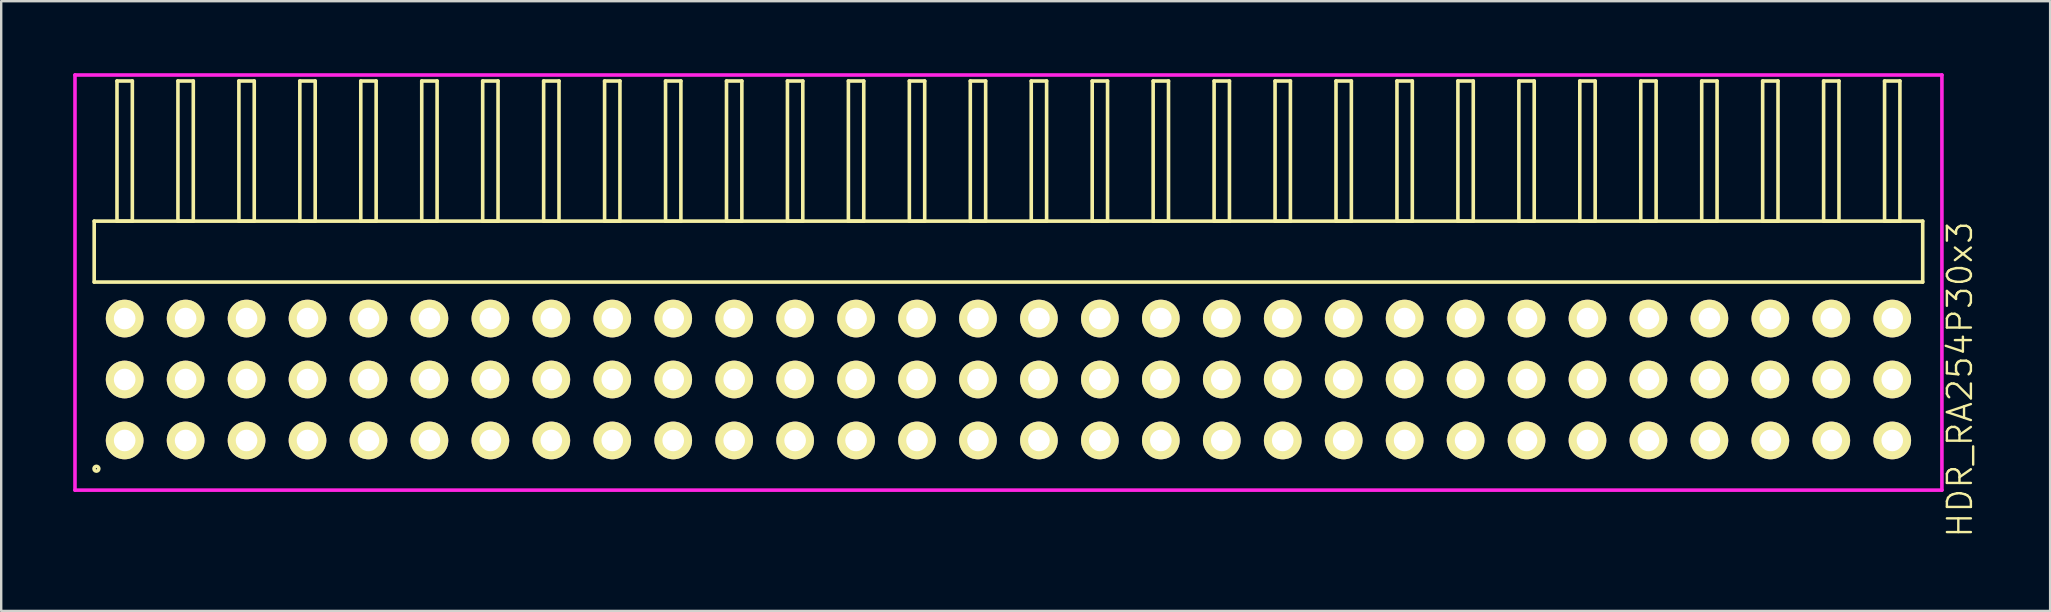
<source format=kicad_pcb>
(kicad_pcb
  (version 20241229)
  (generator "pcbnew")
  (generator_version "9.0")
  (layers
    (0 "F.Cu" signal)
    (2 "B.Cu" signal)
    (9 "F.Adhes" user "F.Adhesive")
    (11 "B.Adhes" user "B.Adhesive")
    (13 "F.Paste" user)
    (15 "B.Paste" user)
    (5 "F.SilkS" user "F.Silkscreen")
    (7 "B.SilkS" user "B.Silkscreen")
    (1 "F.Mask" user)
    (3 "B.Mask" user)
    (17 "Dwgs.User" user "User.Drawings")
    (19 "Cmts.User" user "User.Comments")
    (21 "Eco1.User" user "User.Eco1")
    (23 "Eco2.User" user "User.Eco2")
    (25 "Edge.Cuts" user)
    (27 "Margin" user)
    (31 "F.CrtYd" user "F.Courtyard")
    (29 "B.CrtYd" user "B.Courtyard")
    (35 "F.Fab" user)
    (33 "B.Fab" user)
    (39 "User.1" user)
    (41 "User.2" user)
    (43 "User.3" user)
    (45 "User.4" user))
  (footprint "HDR_RA254P30x3"
    (layer "F.Cu")
    (at 38.975 12.765)
    (property "Reference" "HDR_RA254P30x3" (at 39.65 0 90) (layer "F.SilkS") (effects (font (size 1 1) (thickness 0.1))))
    (attr through_hole)
    (fp_line (start -38.1 -6.6) (end -38.1 -4.06) (stroke (width 0.15) (type solid)) (layer "F.SilkS"))
    (fp_line (start -38.1 -4.06) (end 38.1 -4.06) (stroke (width 0.15) (type solid)) (layer "F.SilkS"))
    (fp_line (start -37.15 -12.44) (end -37.15 -6.6) (stroke (width 0.15) (type solid)) (layer "F.SilkS"))
    (fp_line (start -37.15 -6.6) (end -36.51 -6.6) (stroke (width 0.15) (type solid)) (layer "F.SilkS"))
    (fp_line (start -36.51 -12.44) (end -37.15 -12.44) (stroke (width 0.15) (type solid)) (layer "F.SilkS"))
    (fp_line (start -36.51 -6.6) (end -36.51 -12.44) (stroke (width 0.15) (type solid)) (layer "F.SilkS"))
    (fp_line (start -34.61 -12.44) (end -34.61 -6.6) (stroke (width 0.15) (type solid)) (layer "F.SilkS"))
    (fp_line (start -34.61 -6.6) (end -33.97 -6.6) (stroke (width 0.15) (type solid)) (layer "F.SilkS"))
    (fp_line (start -33.97 -12.44) (end -34.61 -12.44) (stroke (width 0.15) (type solid)) (layer "F.SilkS"))
    (fp_line (start -33.97 -6.6) (end -33.97 -12.44) (stroke (width 0.15) (type solid)) (layer "F.SilkS"))
    (fp_line (start -32.07 -12.44) (end -32.07 -6.6) (stroke (width 0.15) (type solid)) (layer "F.SilkS"))
    (fp_line (start -32.07 -6.6) (end -31.43 -6.6) (stroke (width 0.15) (type solid)) (layer "F.SilkS"))
    (fp_line (start -31.43 -12.44) (end -32.07 -12.44) (stroke (width 0.15) (type solid)) (layer "F.SilkS"))
    (fp_line (start -31.43 -6.6) (end -31.43 -12.44) (stroke (width 0.15) (type solid)) (layer "F.SilkS"))
    (fp_line (start -29.53 -12.44) (end -29.53 -6.6) (stroke (width 0.15) (type solid)) (layer "F.SilkS"))
    (fp_line (start -29.53 -6.6) (end -28.89 -6.6) (stroke (width 0.15) (type solid)) (layer "F.SilkS"))
    (fp_line (start -28.89 -12.44) (end -29.53 -12.44) (stroke (width 0.15) (type solid)) (layer "F.SilkS"))
    (fp_line (start -28.89 -6.6) (end -28.89 -12.44) (stroke (width 0.15) (type solid)) (layer "F.SilkS"))
    (fp_line (start -26.99 -12.44) (end -26.99 -6.6) (stroke (width 0.15) (type solid)) (layer "F.SilkS"))
    (fp_line (start -26.99 -6.6) (end -26.35 -6.6) (stroke (width 0.15) (type solid)) (layer "F.SilkS"))
    (fp_line (start -26.35 -12.44) (end -26.99 -12.44) (stroke (width 0.15) (type solid)) (layer "F.SilkS"))
    (fp_line (start -26.35 -6.6) (end -26.35 -12.44) (stroke (width 0.15) (type solid)) (layer "F.SilkS"))
    (fp_line (start -24.45 -12.44) (end -24.45 -6.6) (stroke (width 0.15) (type solid)) (layer "F.SilkS"))
    (fp_line (start -24.45 -6.6) (end -23.81 -6.6) (stroke (width 0.15) (type solid)) (layer "F.SilkS"))
    (fp_line (start -23.81 -12.44) (end -24.45 -12.44) (stroke (width 0.15) (type solid)) (layer "F.SilkS"))
    (fp_line (start -23.81 -6.6) (end -23.81 -12.44) (stroke (width 0.15) (type solid)) (layer "F.SilkS"))
    (fp_line (start -21.91 -12.44) (end -21.91 -6.6) (stroke (width 0.15) (type solid)) (layer "F.SilkS"))
    (fp_line (start -21.91 -6.6) (end -21.27 -6.6) (stroke (width 0.15) (type solid)) (layer "F.SilkS"))
    (fp_line (start -21.27 -12.44) (end -21.91 -12.44) (stroke (width 0.15) (type solid)) (layer "F.SilkS"))
    (fp_line (start -21.27 -6.6) (end -21.27 -12.44) (stroke (width 0.15) (type solid)) (layer "F.SilkS"))
    (fp_line (start -19.37 -12.44) (end -19.37 -6.6) (stroke (width 0.15) (type solid)) (layer "F.SilkS"))
    (fp_line (start -19.37 -6.6) (end -18.73 -6.6) (stroke (width 0.15) (type solid)) (layer "F.SilkS"))
    (fp_line (start -18.73 -12.44) (end -19.37 -12.44) (stroke (width 0.15) (type solid)) (layer "F.SilkS"))
    (fp_line (start -18.73 -6.6) (end -18.73 -12.44) (stroke (width 0.15) (type solid)) (layer "F.SilkS"))
    (fp_line (start -16.83 -12.44) (end -16.83 -6.6) (stroke (width 0.15) (type solid)) (layer "F.SilkS"))
    (fp_line (start -16.83 -6.6) (end -16.19 -6.6) (stroke (width 0.15) (type solid)) (layer "F.SilkS"))
    (fp_line (start -16.19 -12.44) (end -16.83 -12.44) (stroke (width 0.15) (type solid)) (layer "F.SilkS"))
    (fp_line (start -16.19 -6.6) (end -16.19 -12.44) (stroke (width 0.15) (type solid)) (layer "F.SilkS"))
    (fp_line (start -14.29 -12.44) (end -14.29 -6.6) (stroke (width 0.15) (type solid)) (layer "F.SilkS"))
    (fp_line (start -14.29 -6.6) (end -13.65 -6.6) (stroke (width 0.15) (type solid)) (layer "F.SilkS"))
    (fp_line (start -13.65 -12.44) (end -14.29 -12.44) (stroke (width 0.15) (type solid)) (layer "F.SilkS"))
    (fp_line (start -13.65 -6.6) (end -13.65 -12.44) (stroke (width 0.15) (type solid)) (layer "F.SilkS"))
    (fp_line (start -11.75 -12.44) (end -11.75 -6.6) (stroke (width 0.15) (type solid)) (layer "F.SilkS"))
    (fp_line (start -11.75 -6.6) (end -11.11 -6.6) (stroke (width 0.15) (type solid)) (layer "F.SilkS"))
    (fp_line (start -11.11 -12.44) (end -11.75 -12.44) (stroke (width 0.15) (type solid)) (layer "F.SilkS"))
    (fp_line (start -11.11 -6.6) (end -11.11 -12.44) (stroke (width 0.15) (type solid)) (layer "F.SilkS"))
    (fp_line (start -9.21 -12.44) (end -9.21 -6.6) (stroke (width 0.15) (type solid)) (layer "F.SilkS"))
    (fp_line (start -9.21 -6.6) (end -8.57 -6.6) (stroke (width 0.15) (type solid)) (layer "F.SilkS"))
    (fp_line (start -8.57 -12.44) (end -9.21 -12.44) (stroke (width 0.15) (type solid)) (layer "F.SilkS"))
    (fp_line (start -8.57 -6.6) (end -8.57 -12.44) (stroke (width 0.15) (type solid)) (layer "F.SilkS"))
    (fp_line (start -6.67 -12.44) (end -6.67 -6.6) (stroke (width 0.15) (type solid)) (layer "F.SilkS"))
    (fp_line (start -6.67 -6.6) (end -6.03 -6.6) (stroke (width 0.15) (type solid)) (layer "F.SilkS"))
    (fp_line (start -6.03 -12.44) (end -6.67 -12.44) (stroke (width 0.15) (type solid)) (layer "F.SilkS"))
    (fp_line (start -6.03 -6.6) (end -6.03 -12.44) (stroke (width 0.15) (type solid)) (layer "F.SilkS"))
    (fp_line (start -4.13 -12.44) (end -4.13 -6.6) (stroke (width 0.15) (type solid)) (layer "F.SilkS"))
    (fp_line (start -4.13 -6.6) (end -3.49 -6.6) (stroke (width 0.15) (type solid)) (layer "F.SilkS"))
    (fp_line (start -3.49 -12.44) (end -4.13 -12.44) (stroke (width 0.15) (type solid)) (layer "F.SilkS"))
    (fp_line (start -3.49 -6.6) (end -3.49 -12.44) (stroke (width 0.15) (type solid)) (layer "F.SilkS"))
    (fp_line (start -1.59 -12.44) (end -1.59 -6.6) (stroke (width 0.15) (type solid)) (layer "F.SilkS"))
    (fp_line (start -1.59 -6.6) (end -0.95 -6.6) (stroke (width 0.15) (type solid)) (layer "F.SilkS"))
    (fp_line (start -0.95 -12.44) (end -1.59 -12.44) (stroke (width 0.15) (type solid)) (layer "F.SilkS"))
    (fp_line (start -0.95 -6.6) (end -0.95 -12.44) (stroke (width 0.15) (type solid)) (layer "F.SilkS"))
    (fp_line (start 0.95 -12.44) (end 0.95 -6.6) (stroke (width 0.15) (type solid)) (layer "F.SilkS"))
    (fp_line (start 0.95 -6.6) (end 1.59 -6.6) (stroke (width 0.15) (type solid)) (layer "F.SilkS"))
    (fp_line (start 1.59 -12.44) (end 0.95 -12.44) (stroke (width 0.15) (type solid)) (layer "F.SilkS"))
    (fp_line (start 1.59 -6.6) (end 1.59 -12.44) (stroke (width 0.15) (type solid)) (layer "F.SilkS"))
    (fp_line (start 3.49 -12.44) (end 3.49 -6.6) (stroke (width 0.15) (type solid)) (layer "F.SilkS"))
    (fp_line (start 3.49 -6.6) (end 4.13 -6.6) (stroke (width 0.15) (type solid)) (layer "F.SilkS"))
    (fp_line (start 4.13 -12.44) (end 3.49 -12.44) (stroke (width 0.15) (type solid)) (layer "F.SilkS"))
    (fp_line (start 4.13 -6.6) (end 4.13 -12.44) (stroke (width 0.15) (type solid)) (layer "F.SilkS"))
    (fp_line (start 6.03 -12.44) (end 6.03 -6.6) (stroke (width 0.15) (type solid)) (layer "F.SilkS"))
    (fp_line (start 6.03 -6.6) (end 6.67 -6.6) (stroke (width 0.15) (type solid)) (layer "F.SilkS"))
    (fp_line (start 6.67 -12.44) (end 6.03 -12.44) (stroke (width 0.15) (type solid)) (layer "F.SilkS"))
    (fp_line (start 6.67 -6.6) (end 6.67 -12.44) (stroke (width 0.15) (type solid)) (layer "F.SilkS"))
    (fp_line (start 8.57 -12.44) (end 8.57 -6.6) (stroke (width 0.15) (type solid)) (layer "F.SilkS"))
    (fp_line (start 8.57 -6.6) (end 9.21 -6.6) (stroke (width 0.15) (type solid)) (layer "F.SilkS"))
    (fp_line (start 9.21 -12.44) (end 8.57 -12.44) (stroke (width 0.15) (type solid)) (layer "F.SilkS"))
    (fp_line (start 9.21 -6.6) (end 9.21 -12.44) (stroke (width 0.15) (type solid)) (layer "F.SilkS"))
    (fp_line (start 11.11 -12.44) (end 11.11 -6.6) (stroke (width 0.15) (type solid)) (layer "F.SilkS"))
    (fp_line (start 11.11 -6.6) (end 11.75 -6.6) (stroke (width 0.15) (type solid)) (layer "F.SilkS"))
    (fp_line (start 11.75 -12.44) (end 11.11 -12.44) (stroke (width 0.15) (type solid)) (layer "F.SilkS"))
    (fp_line (start 11.75 -6.6) (end 11.75 -12.44) (stroke (width 0.15) (type solid)) (layer "F.SilkS"))
    (fp_line (start 13.65 -12.44) (end 13.65 -6.6) (stroke (width 0.15) (type solid)) (layer "F.SilkS"))
    (fp_line (start 13.65 -6.6) (end 14.29 -6.6) (stroke (width 0.15) (type solid)) (layer "F.SilkS"))
    (fp_line (start 14.29 -12.44) (end 13.65 -12.44) (stroke (width 0.15) (type solid)) (layer "F.SilkS"))
    (fp_line (start 14.29 -6.6) (end 14.29 -12.44) (stroke (width 0.15) (type solid)) (layer "F.SilkS"))
    (fp_line (start 16.19 -12.44) (end 16.19 -6.6) (stroke (width 0.15) (type solid)) (layer "F.SilkS"))
    (fp_line (start 16.19 -6.6) (end 16.83 -6.6) (stroke (width 0.15) (type solid)) (layer "F.SilkS"))
    (fp_line (start 16.83 -12.44) (end 16.19 -12.44) (stroke (width 0.15) (type solid)) (layer "F.SilkS"))
    (fp_line (start 16.83 -6.6) (end 16.83 -12.44) (stroke (width 0.15) (type solid)) (layer "F.SilkS"))
    (fp_line (start 18.73 -12.44) (end 18.73 -6.6) (stroke (width 0.15) (type solid)) (layer "F.SilkS"))
    (fp_line (start 18.73 -6.6) (end 19.37 -6.6) (stroke (width 0.15) (type solid)) (layer "F.SilkS"))
    (fp_line (start 19.37 -12.44) (end 18.73 -12.44) (stroke (width 0.15) (type solid)) (layer "F.SilkS"))
    (fp_line (start 19.37 -6.6) (end 19.37 -12.44) (stroke (width 0.15) (type solid)) (layer "F.SilkS"))
    (fp_line (start 21.27 -12.44) (end 21.27 -6.6) (stroke (width 0.15) (type solid)) (layer "F.SilkS"))
    (fp_line (start 21.27 -6.6) (end 21.91 -6.6) (stroke (width 0.15) (type solid)) (layer "F.SilkS"))
    (fp_line (start 21.91 -12.44) (end 21.27 -12.44) (stroke (width 0.15) (type solid)) (layer "F.SilkS"))
    (fp_line (start 21.91 -6.6) (end 21.91 -12.44) (stroke (width 0.15) (type solid)) (layer "F.SilkS"))
    (fp_line (start 23.81 -12.44) (end 23.81 -6.6) (stroke (width 0.15) (type solid)) (layer "F.SilkS"))
    (fp_line (start 23.81 -6.6) (end 24.45 -6.6) (stroke (width 0.15) (type solid)) (layer "F.SilkS"))
    (fp_line (start 24.45 -12.44) (end 23.81 -12.44) (stroke (width 0.15) (type solid)) (layer "F.SilkS"))
    (fp_line (start 24.45 -6.6) (end 24.45 -12.44) (stroke (width 0.15) (type solid)) (layer "F.SilkS"))
    (fp_line (start 26.35 -12.44) (end 26.35 -6.6) (stroke (width 0.15) (type solid)) (layer "F.SilkS"))
    (fp_line (start 26.35 -6.6) (end 26.99 -6.6) (stroke (width 0.15) (type solid)) (layer "F.SilkS"))
    (fp_line (start 26.99 -12.44) (end 26.35 -12.44) (stroke (width 0.15) (type solid)) (layer "F.SilkS"))
    (fp_line (start 26.99 -6.6) (end 26.99 -12.44) (stroke (width 0.15) (type solid)) (layer "F.SilkS"))
    (fp_line (start 28.89 -12.44) (end 28.89 -6.6) (stroke (width 0.15) (type solid)) (layer "F.SilkS"))
    (fp_line (start 28.89 -6.6) (end 29.53 -6.6) (stroke (width 0.15) (type solid)) (layer "F.SilkS"))
    (fp_line (start 29.53 -12.44) (end 28.89 -12.44) (stroke (width 0.15) (type solid)) (layer "F.SilkS"))
    (fp_line (start 29.53 -6.6) (end 29.53 -12.44) (stroke (width 0.15) (type solid)) (layer "F.SilkS"))
    (fp_line (start 31.43 -12.44) (end 31.43 -6.6) (stroke (width 0.15) (type solid)) (layer "F.SilkS"))
    (fp_line (start 31.43 -6.6) (end 32.07 -6.6) (stroke (width 0.15) (type solid)) (layer "F.SilkS"))
    (fp_line (start 32.07 -12.44) (end 31.43 -12.44) (stroke (width 0.15) (type solid)) (layer "F.SilkS"))
    (fp_line (start 32.07 -6.6) (end 32.07 -12.44) (stroke (width 0.15) (type solid)) (layer "F.SilkS"))
    (fp_line (start 33.97 -12.44) (end 33.97 -6.6) (stroke (width 0.15) (type solid)) (layer "F.SilkS"))
    (fp_line (start 33.97 -6.6) (end 34.61 -6.6) (stroke (width 0.15) (type solid)) (layer "F.SilkS"))
    (fp_line (start 34.61 -12.44) (end 33.97 -12.44) (stroke (width 0.15) (type solid)) (layer "F.SilkS"))
    (fp_line (start 34.61 -6.6) (end 34.61 -12.44) (stroke (width 0.15) (type solid)) (layer "F.SilkS"))
    (fp_line (start 36.51 -12.44) (end 36.51 -6.6) (stroke (width 0.15) (type solid)) (layer "F.SilkS"))
    (fp_line (start 36.51 -6.6) (end 37.15 -6.6) (stroke (width 0.15) (type solid)) (layer "F.SilkS"))
    (fp_line (start 37.15 -12.44) (end 36.51 -12.44) (stroke (width 0.15) (type solid)) (layer "F.SilkS"))
    (fp_line (start 37.15 -6.6) (end 37.15 -12.44) (stroke (width 0.15) (type solid)) (layer "F.SilkS"))
    (fp_line (start 38.1 -6.6) (end -38.1 -6.6) (stroke (width 0.15) (type solid)) (layer "F.SilkS"))
    (fp_line (start 38.1 -4.06) (end 38.1 -6.6) (stroke (width 0.15) (type solid)) (layer "F.SilkS"))
    (fp_circle (center -38.007 3.718) (end -37.907 3.718) (stroke (width 0.15) (type solid)) (fill no) (layer "F.SilkS"))
    (fp_line (start -38.9 -12.69) (end -38.9 4.61) (stroke (width 0.15) (type solid)) (layer "F.CrtYd"))
    (fp_line (start -38.9 4.61) (end 38.9 4.61) (stroke (width 0.15) (type solid)) (layer "F.CrtYd"))
    (fp_line (start 38.9 -12.69) (end -38.9 -12.69) (stroke (width 0.15) (type solid)) (layer "F.CrtYd"))
    (fp_line (start 38.9 4.61) (end 38.9 -12.69) (stroke (width 0.15) (type solid)) (layer "F.CrtYd"))
    (pad "1" thru_hole oval (at -36.83 2.54) (size 1.57 1.57) (drill 0.9) (layers "*.Cu" "*.Mask" "F.SilkS"))
    (pad "2" thru_hole oval (at -36.83 0) (size 1.57 1.57) (drill 0.9) (layers "*.Cu" "*.Mask" "F.SilkS"))
    (pad "3" thru_hole oval (at -36.83 -2.54) (size 1.57 1.57) (drill 0.9) (layers "*.Cu" "*.Mask" "F.SilkS"))
    (pad "4" thru_hole oval (at -34.29 2.54) (size 1.57 1.57) (drill 0.9) (layers "*.Cu" "*.Mask" "F.SilkS"))
    (pad "5" thru_hole oval (at -34.29 0) (size 1.57 1.57) (drill 0.9) (layers "*.Cu" "*.Mask" "F.SilkS"))
    (pad "6" thru_hole oval (at -34.29 -2.54) (size 1.57 1.57) (drill 0.9) (layers "*.Cu" "*.Mask" "F.SilkS"))
    (pad "7" thru_hole oval (at -31.75 2.54) (size 1.57 1.57) (drill 0.9) (layers "*.Cu" "*.Mask" "F.SilkS"))
    (pad "8" thru_hole oval (at -31.75 0) (size 1.57 1.57) (drill 0.9) (layers "*.Cu" "*.Mask" "F.SilkS"))
    (pad "9" thru_hole oval (at -31.75 -2.54) (size 1.57 1.57) (drill 0.9) (layers "*.Cu" "*.Mask" "F.SilkS"))
    (pad "10" thru_hole oval (at -29.21 2.54) (size 1.57 1.57) (drill 0.9) (layers "*.Cu" "*.Mask" "F.SilkS"))
    (pad "11" thru_hole oval (at -29.21 0) (size 1.57 1.57) (drill 0.9) (layers "*.Cu" "*.Mask" "F.SilkS"))
    (pad "12" thru_hole oval (at -29.21 -2.54) (size 1.57 1.57) (drill 0.9) (layers "*.Cu" "*.Mask" "F.SilkS"))
    (pad "13" thru_hole oval (at -26.67 2.54) (size 1.57 1.57) (drill 0.9) (layers "*.Cu" "*.Mask" "F.SilkS"))
    (pad "14" thru_hole oval (at -26.67 0) (size 1.57 1.57) (drill 0.9) (layers "*.Cu" "*.Mask" "F.SilkS"))
    (pad "15" thru_hole oval (at -26.67 -2.54) (size 1.57 1.57) (drill 0.9) (layers "*.Cu" "*.Mask" "F.SilkS"))
    (pad "16" thru_hole oval (at -24.13 2.54) (size 1.57 1.57) (drill 0.9) (layers "*.Cu" "*.Mask" "F.SilkS"))
    (pad "17" thru_hole oval (at -24.13 0) (size 1.57 1.57) (drill 0.9) (layers "*.Cu" "*.Mask" "F.SilkS"))
    (pad "18" thru_hole oval (at -24.13 -2.54) (size 1.57 1.57) (drill 0.9) (layers "*.Cu" "*.Mask" "F.SilkS"))
    (pad "19" thru_hole oval (at -21.59 2.54) (size 1.57 1.57) (drill 0.9) (layers "*.Cu" "*.Mask" "F.SilkS"))
    (pad "20" thru_hole oval (at -21.59 0) (size 1.57 1.57) (drill 0.9) (layers "*.Cu" "*.Mask" "F.SilkS"))
    (pad "21" thru_hole oval (at -21.59 -2.54) (size 1.57 1.57) (drill 0.9) (layers "*.Cu" "*.Mask" "F.SilkS"))
    (pad "22" thru_hole oval (at -19.05 2.54) (size 1.57 1.57) (drill 0.9) (layers "*.Cu" "*.Mask" "F.SilkS"))
    (pad "23" thru_hole oval (at -19.05 0) (size 1.57 1.57) (drill 0.9) (layers "*.Cu" "*.Mask" "F.SilkS"))
    (pad "24" thru_hole oval (at -19.05 -2.54) (size 1.57 1.57) (drill 0.9) (layers "*.Cu" "*.Mask" "F.SilkS"))
    (pad "25" thru_hole oval (at -16.51 2.54) (size 1.57 1.57) (drill 0.9) (layers "*.Cu" "*.Mask" "F.SilkS"))
    (pad "26" thru_hole oval (at -16.51 0) (size 1.57 1.57) (drill 0.9) (layers "*.Cu" "*.Mask" "F.SilkS"))
    (pad "27" thru_hole oval (at -16.51 -2.54) (size 1.57 1.57) (drill 0.9) (layers "*.Cu" "*.Mask" "F.SilkS"))
    (pad "28" thru_hole oval (at -13.97 2.54) (size 1.57 1.57) (drill 0.9) (layers "*.Cu" "*.Mask" "F.SilkS"))
    (pad "29" thru_hole oval (at -13.97 0) (size 1.57 1.57) (drill 0.9) (layers "*.Cu" "*.Mask" "F.SilkS"))
    (pad "30" thru_hole oval (at -13.97 -2.54) (size 1.57 1.57) (drill 0.9) (layers "*.Cu" "*.Mask" "F.SilkS"))
    (pad "31" thru_hole oval (at -11.43 2.54) (size 1.57 1.57) (drill 0.9) (layers "*.Cu" "*.Mask" "F.SilkS"))
    (pad "32" thru_hole oval (at -11.43 0) (size 1.57 1.57) (drill 0.9) (layers "*.Cu" "*.Mask" "F.SilkS"))
    (pad "33" thru_hole oval (at -11.43 -2.54) (size 1.57 1.57) (drill 0.9) (layers "*.Cu" "*.Mask" "F.SilkS"))
    (pad "34" thru_hole oval (at -8.89 2.54) (size 1.57 1.57) (drill 0.9) (layers "*.Cu" "*.Mask" "F.SilkS"))
    (pad "35" thru_hole oval (at -8.89 0) (size 1.57 1.57) (drill 0.9) (layers "*.Cu" "*.Mask" "F.SilkS"))
    (pad "36" thru_hole oval (at -8.89 -2.54) (size 1.57 1.57) (drill 0.9) (layers "*.Cu" "*.Mask" "F.SilkS"))
    (pad "37" thru_hole oval (at -6.35 2.54) (size 1.57 1.57) (drill 0.9) (layers "*.Cu" "*.Mask" "F.SilkS"))
    (pad "38" thru_hole oval (at -6.35 0) (size 1.57 1.57) (drill 0.9) (layers "*.Cu" "*.Mask" "F.SilkS"))
    (pad "39" thru_hole oval (at -6.35 -2.54) (size 1.57 1.57) (drill 0.9) (layers "*.Cu" "*.Mask" "F.SilkS"))
    (pad "40" thru_hole oval (at -3.81 2.54) (size 1.57 1.57) (drill 0.9) (layers "*.Cu" "*.Mask" "F.SilkS"))
    (pad "41" thru_hole oval (at -3.81 0) (size 1.57 1.57) (drill 0.9) (layers "*.Cu" "*.Mask" "F.SilkS"))
    (pad "42" thru_hole oval (at -3.81 -2.54) (size 1.57 1.57) (drill 0.9) (layers "*.Cu" "*.Mask" "F.SilkS"))
    (pad "43" thru_hole oval (at -1.27 2.54) (size 1.57 1.57) (drill 0.9) (layers "*.Cu" "*.Mask" "F.SilkS"))
    (pad "44" thru_hole oval (at -1.27 0) (size 1.57 1.57) (drill 0.9) (layers "*.Cu" "*.Mask" "F.SilkS"))
    (pad "45" thru_hole oval (at -1.27 -2.54) (size 1.57 1.57) (drill 0.9) (layers "*.Cu" "*.Mask" "F.SilkS"))
    (pad "46" thru_hole oval (at 1.27 2.54) (size 1.57 1.57) (drill 0.9) (layers "*.Cu" "*.Mask" "F.SilkS"))
    (pad "47" thru_hole oval (at 1.27 0) (size 1.57 1.57) (drill 0.9) (layers "*.Cu" "*.Mask" "F.SilkS"))
    (pad "48" thru_hole oval (at 1.27 -2.54) (size 1.57 1.57) (drill 0.9) (layers "*.Cu" "*.Mask" "F.SilkS"))
    (pad "49" thru_hole oval (at 3.81 2.54) (size 1.57 1.57) (drill 0.9) (layers "*.Cu" "*.Mask" "F.SilkS"))
    (pad "50" thru_hole oval (at 3.81 0) (size 1.57 1.57) (drill 0.9) (layers "*.Cu" "*.Mask" "F.SilkS"))
    (pad "51" thru_hole oval (at 3.81 -2.54) (size 1.57 1.57) (drill 0.9) (layers "*.Cu" "*.Mask" "F.SilkS"))
    (pad "52" thru_hole oval (at 6.35 2.54) (size 1.57 1.57) (drill 0.9) (layers "*.Cu" "*.Mask" "F.SilkS"))
    (pad "53" thru_hole oval (at 6.35 0) (size 1.57 1.57) (drill 0.9) (layers "*.Cu" "*.Mask" "F.SilkS"))
    (pad "54" thru_hole oval (at 6.35 -2.54) (size 1.57 1.57) (drill 0.9) (layers "*.Cu" "*.Mask" "F.SilkS"))
    (pad "55" thru_hole oval (at 8.89 2.54) (size 1.57 1.57) (drill 0.9) (layers "*.Cu" "*.Mask" "F.SilkS"))
    (pad "56" thru_hole oval (at 8.89 0) (size 1.57 1.57) (drill 0.9) (layers "*.Cu" "*.Mask" "F.SilkS"))
    (pad "57" thru_hole oval (at 8.89 -2.54) (size 1.57 1.57) (drill 0.9) (layers "*.Cu" "*.Mask" "F.SilkS"))
    (pad "58" thru_hole oval (at 11.43 2.54) (size 1.57 1.57) (drill 0.9) (layers "*.Cu" "*.Mask" "F.SilkS"))
    (pad "59" thru_hole oval (at 11.43 0) (size 1.57 1.57) (drill 0.9) (layers "*.Cu" "*.Mask" "F.SilkS"))
    (pad "60" thru_hole oval (at 11.43 -2.54) (size 1.57 1.57) (drill 0.9) (layers "*.Cu" "*.Mask" "F.SilkS"))
    (pad "61" thru_hole oval (at 13.97 2.54) (size 1.57 1.57) (drill 0.9) (layers "*.Cu" "*.Mask" "F.SilkS"))
    (pad "62" thru_hole oval (at 13.97 0) (size 1.57 1.57) (drill 0.9) (layers "*.Cu" "*.Mask" "F.SilkS"))
    (pad "63" thru_hole oval (at 13.97 -2.54) (size 1.57 1.57) (drill 0.9) (layers "*.Cu" "*.Mask" "F.SilkS"))
    (pad "64" thru_hole oval (at 16.51 2.54) (size 1.57 1.57) (drill 0.9) (layers "*.Cu" "*.Mask" "F.SilkS"))
    (pad "65" thru_hole oval (at 16.51 0) (size 1.57 1.57) (drill 0.9) (layers "*.Cu" "*.Mask" "F.SilkS"))
    (pad "66" thru_hole oval (at 16.51 -2.54) (size 1.57 1.57) (drill 0.9) (layers "*.Cu" "*.Mask" "F.SilkS"))
    (pad "67" thru_hole oval (at 19.05 2.54) (size 1.57 1.57) (drill 0.9) (layers "*.Cu" "*.Mask" "F.SilkS"))
    (pad "68" thru_hole oval (at 19.05 0) (size 1.57 1.57) (drill 0.9) (layers "*.Cu" "*.Mask" "F.SilkS"))
    (pad "69" thru_hole oval (at 19.05 -2.54) (size 1.57 1.57) (drill 0.9) (layers "*.Cu" "*.Mask" "F.SilkS"))
    (pad "70" thru_hole oval (at 21.59 2.54) (size 1.57 1.57) (drill 0.9) (layers "*.Cu" "*.Mask" "F.SilkS"))
    (pad "71" thru_hole oval (at 21.59 0) (size 1.57 1.57) (drill 0.9) (layers "*.Cu" "*.Mask" "F.SilkS"))
    (pad "72" thru_hole oval (at 21.59 -2.54) (size 1.57 1.57) (drill 0.9) (layers "*.Cu" "*.Mask" "F.SilkS"))
    (pad "73" thru_hole oval (at 24.13 2.54) (size 1.57 1.57) (drill 0.9) (layers "*.Cu" "*.Mask" "F.SilkS"))
    (pad "74" thru_hole oval (at 24.13 0) (size 1.57 1.57) (drill 0.9) (layers "*.Cu" "*.Mask" "F.SilkS"))
    (pad "75" thru_hole oval (at 24.13 -2.54) (size 1.57 1.57) (drill 0.9) (layers "*.Cu" "*.Mask" "F.SilkS"))
    (pad "76" thru_hole oval (at 26.67 2.54) (size 1.57 1.57) (drill 0.9) (layers "*.Cu" "*.Mask" "F.SilkS"))
    (pad "77" thru_hole oval (at 26.67 0) (size 1.57 1.57) (drill 0.9) (layers "*.Cu" "*.Mask" "F.SilkS"))
    (pad "78" thru_hole oval (at 26.67 -2.54) (size 1.57 1.57) (drill 0.9) (layers "*.Cu" "*.Mask" "F.SilkS"))
    (pad "79" thru_hole oval (at 29.21 2.54) (size 1.57 1.57) (drill 0.9) (layers "*.Cu" "*.Mask" "F.SilkS"))
    (pad "80" thru_hole oval (at 29.21 0) (size 1.57 1.57) (drill 0.9) (layers "*.Cu" "*.Mask" "F.SilkS"))
    (pad "81" thru_hole oval (at 29.21 -2.54) (size 1.57 1.57) (drill 0.9) (layers "*.Cu" "*.Mask" "F.SilkS"))
    (pad "82" thru_hole oval (at 31.75 2.54) (size 1.57 1.57) (drill 0.9) (layers "*.Cu" "*.Mask" "F.SilkS"))
    (pad "83" thru_hole oval (at 31.75 0) (size 1.57 1.57) (drill 0.9) (layers "*.Cu" "*.Mask" "F.SilkS"))
    (pad "84" thru_hole oval (at 31.75 -2.54) (size 1.57 1.57) (drill 0.9) (layers "*.Cu" "*.Mask" "F.SilkS"))
    (pad "85" thru_hole oval (at 34.29 2.54) (size 1.57 1.57) (drill 0.9) (layers "*.Cu" "*.Mask" "F.SilkS"))
    (pad "86" thru_hole oval (at 34.29 0) (size 1.57 1.57) (drill 0.9) (layers "*.Cu" "*.Mask" "F.SilkS"))
    (pad "87" thru_hole oval (at 34.29 -2.54) (size 1.57 1.57) (drill 0.9) (layers "*.Cu" "*.Mask" "F.SilkS"))
    (pad "88" thru_hole oval (at 36.83 2.54) (size 1.57 1.57) (drill 0.9) (layers "*.Cu" "*.Mask" "F.SilkS"))
    (pad "89" thru_hole oval (at 36.83 0) (size 1.57 1.57) (drill 0.9) (layers "*.Cu" "*.Mask" "F.SilkS"))
    (pad "90" thru_hole oval (at 36.83 -2.54) (size 1.57 1.57) (drill 0.9) (layers "*.Cu" "*.Mask" "F.SilkS")))
  (gr_rect
    (start -3 -3)
    (end 82.385 22.41)
    (stroke (width 0.1) (type default))
    (fill no)
    (layer "Edge.Cuts")))
</source>
